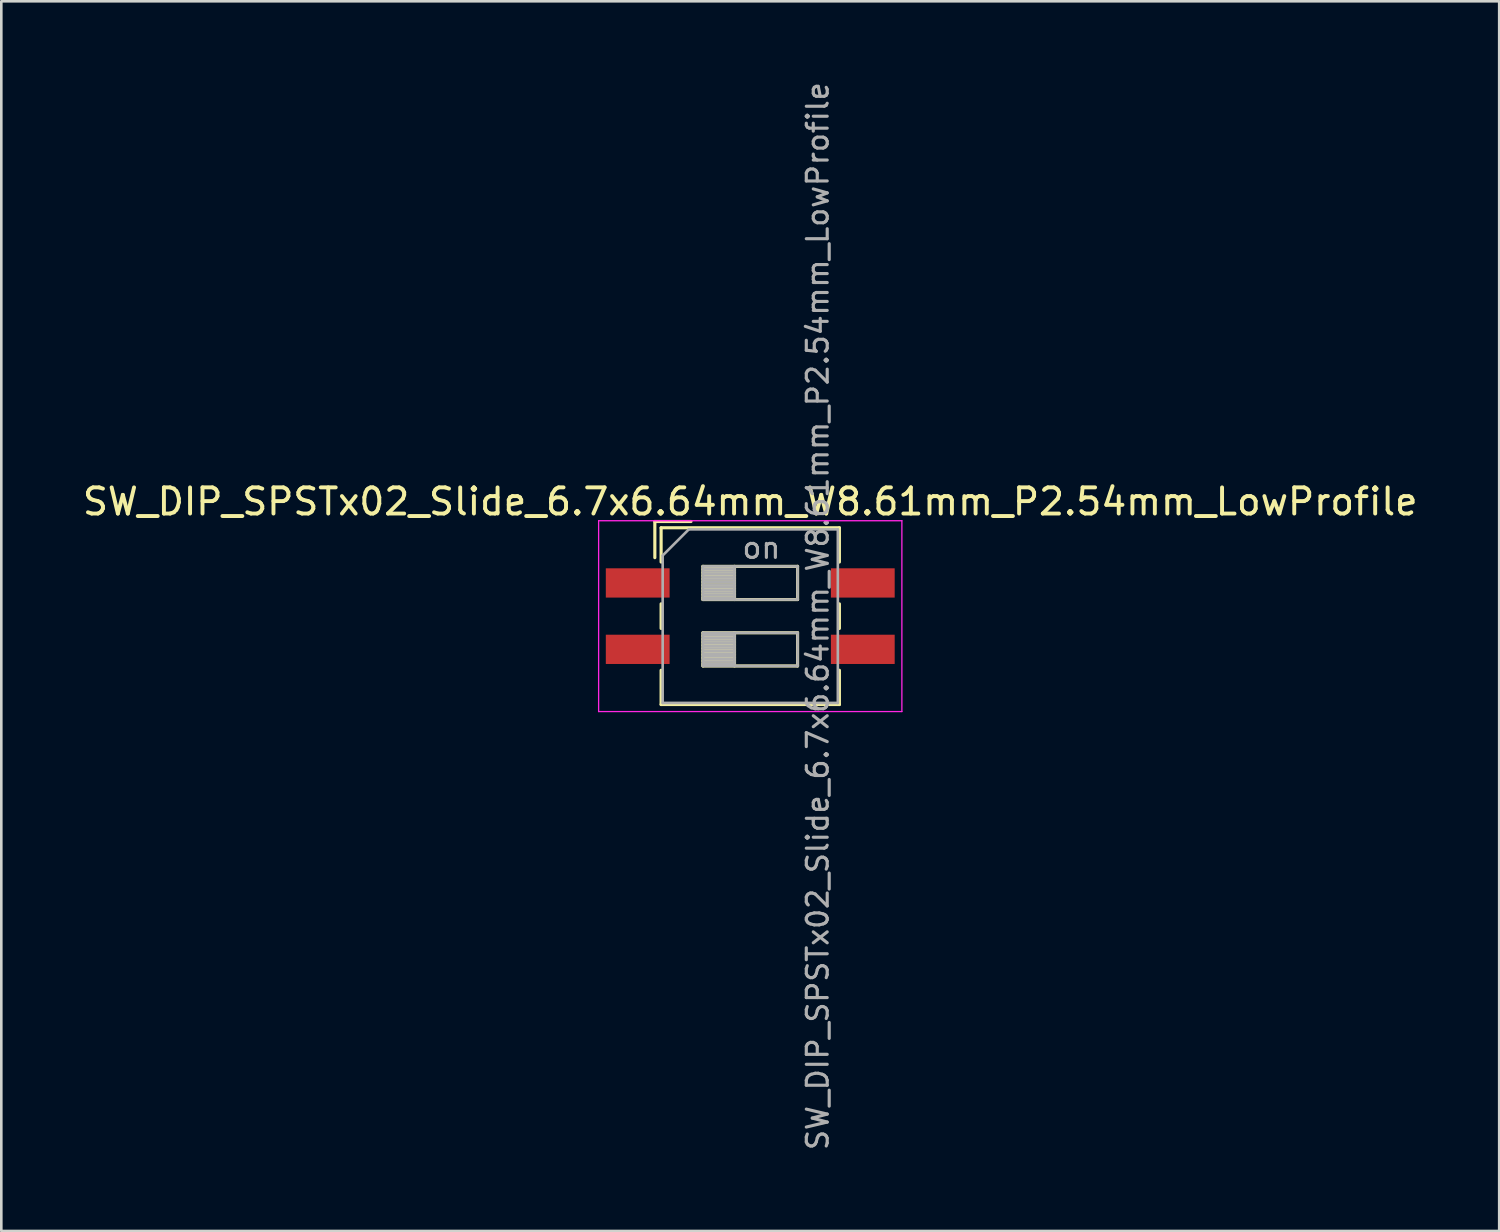
<source format=kicad_pcb>
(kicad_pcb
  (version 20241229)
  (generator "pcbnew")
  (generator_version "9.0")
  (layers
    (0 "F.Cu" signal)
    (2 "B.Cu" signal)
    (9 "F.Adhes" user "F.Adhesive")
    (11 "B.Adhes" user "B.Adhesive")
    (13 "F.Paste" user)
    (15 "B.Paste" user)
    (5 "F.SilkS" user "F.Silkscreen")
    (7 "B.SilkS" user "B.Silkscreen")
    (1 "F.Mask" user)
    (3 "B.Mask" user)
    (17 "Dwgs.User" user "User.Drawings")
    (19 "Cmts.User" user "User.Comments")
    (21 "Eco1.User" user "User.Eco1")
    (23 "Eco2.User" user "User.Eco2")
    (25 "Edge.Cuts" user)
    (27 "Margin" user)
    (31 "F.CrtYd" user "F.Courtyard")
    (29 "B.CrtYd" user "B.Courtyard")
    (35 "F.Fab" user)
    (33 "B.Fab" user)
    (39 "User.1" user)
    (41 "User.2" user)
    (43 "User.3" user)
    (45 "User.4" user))
  (footprint "SW_DIP_SPSTx02_Slide_6.7x6.64mm_W8.61mm_P2.54mm_LowProfile"
    (layer "F.Cu")
    (at 25.649 20.519)
    (property "Reference" "SW_DIP_SPSTx02_Slide_6.7x6.64mm_W8.61mm_P2.54mm_LowProfile" (at 0 -4.38 0) (layer "F.SilkS") (effects (font (size 1 1) (thickness 0.15))))
    (attr smd)
    (fp_line (start -3.65 -3.62) (end -3.65 -2.237) (stroke (width 0.12) (type solid)) (layer "F.SilkS"))
    (fp_line (start -3.65 -3.62) (end -2.267 -3.62) (stroke (width 0.12) (type solid)) (layer "F.SilkS"))
    (fp_line (start -3.41 -3.38) (end -3.41 -2.07) (stroke (width 0.12) (type solid)) (layer "F.SilkS"))
    (fp_line (start -3.41 -3.38) (end 3.41 -3.38) (stroke (width 0.12) (type solid)) (layer "F.SilkS"))
    (fp_line (start -3.41 -0.47) (end -3.41 0.47) (stroke (width 0.12) (type solid)) (layer "F.SilkS"))
    (fp_line (start -3.41 2.07) (end -3.41 3.38) (stroke (width 0.12) (type solid)) (layer "F.SilkS"))
    (fp_line (start -3.41 3.38) (end 3.41 3.38) (stroke (width 0.12) (type solid)) (layer "F.SilkS"))
    (fp_line (start -1.81 -1.905) (end -1.81 -0.635) (stroke (width 0.12) (type solid)) (layer "F.SilkS"))
    (fp_line (start -1.81 -1.785) (end -0.603 -1.785) (stroke (width 0.12) (type solid)) (layer "F.SilkS"))
    (fp_line (start -1.81 -1.665) (end -0.603 -1.665) (stroke (width 0.12) (type solid)) (layer "F.SilkS"))
    (fp_line (start -1.81 -1.545) (end -0.603 -1.545) (stroke (width 0.12) (type solid)) (layer "F.SilkS"))
    (fp_line (start -1.81 -1.425) (end -0.603 -1.425) (stroke (width 0.12) (type solid)) (layer "F.SilkS"))
    (fp_line (start -1.81 -1.305) (end -0.603 -1.305) (stroke (width 0.12) (type solid)) (layer "F.SilkS"))
    (fp_line (start -1.81 -1.185) (end -0.603 -1.185) (stroke (width 0.12) (type solid)) (layer "F.SilkS"))
    (fp_line (start -1.81 -1.065) (end -0.603 -1.065) (stroke (width 0.12) (type solid)) (layer "F.SilkS"))
    (fp_line (start -1.81 -0.945) (end -0.603 -0.945) (stroke (width 0.12) (type solid)) (layer "F.SilkS"))
    (fp_line (start -1.81 -0.825) (end -0.603 -0.825) (stroke (width 0.12) (type solid)) (layer "F.SilkS"))
    (fp_line (start -1.81 -0.705) (end -0.603 -0.705) (stroke (width 0.12) (type solid)) (layer "F.SilkS"))
    (fp_line (start -1.81 -0.635) (end 1.81 -0.635) (stroke (width 0.12) (type solid)) (layer "F.SilkS"))
    (fp_line (start -1.81 0.635) (end -1.81 1.905) (stroke (width 0.12) (type solid)) (layer "F.SilkS"))
    (fp_line (start -1.81 0.755) (end -0.603 0.755) (stroke (width 0.12) (type solid)) (layer "F.SilkS"))
    (fp_line (start -1.81 0.875) (end -0.603 0.875) (stroke (width 0.12) (type solid)) (layer "F.SilkS"))
    (fp_line (start -1.81 0.995) (end -0.603 0.995) (stroke (width 0.12) (type solid)) (layer "F.SilkS"))
    (fp_line (start -1.81 1.115) (end -0.603 1.115) (stroke (width 0.12) (type solid)) (layer "F.SilkS"))
    (fp_line (start -1.81 1.235) (end -0.603 1.235) (stroke (width 0.12) (type solid)) (layer "F.SilkS"))
    (fp_line (start -1.81 1.355) (end -0.603 1.355) (stroke (width 0.12) (type solid)) (layer "F.SilkS"))
    (fp_line (start -1.81 1.475) (end -0.603 1.475) (stroke (width 0.12) (type solid)) (layer "F.SilkS"))
    (fp_line (start -1.81 1.595) (end -0.603 1.595) (stroke (width 0.12) (type solid)) (layer "F.SilkS"))
    (fp_line (start -1.81 1.715) (end -0.603 1.715) (stroke (width 0.12) (type solid)) (layer "F.SilkS"))
    (fp_line (start -1.81 1.835) (end -0.603 1.835) (stroke (width 0.12) (type solid)) (layer "F.SilkS"))
    (fp_line (start -1.81 1.905) (end 1.81 1.905) (stroke (width 0.12) (type solid)) (layer "F.SilkS"))
    (fp_line (start -0.603 -1.905) (end -0.603 -0.635) (stroke (width 0.12) (type solid)) (layer "F.SilkS"))
    (fp_line (start -0.603 0.635) (end -0.603 1.905) (stroke (width 0.12) (type solid)) (layer "F.SilkS"))
    (fp_line (start 1.81 -1.905) (end -1.81 -1.905) (stroke (width 0.12) (type solid)) (layer "F.SilkS"))
    (fp_line (start 1.81 -0.635) (end 1.81 -1.905) (stroke (width 0.12) (type solid)) (layer "F.SilkS"))
    (fp_line (start 1.81 0.635) (end -1.81 0.635) (stroke (width 0.12) (type solid)) (layer "F.SilkS"))
    (fp_line (start 1.81 1.905) (end 1.81 0.635) (stroke (width 0.12) (type solid)) (layer "F.SilkS"))
    (fp_line (start 3.41 -3.38) (end 3.41 -2.07) (stroke (width 0.12) (type solid)) (layer "F.SilkS"))
    (fp_line (start 3.41 -0.47) (end 3.41 0.47) (stroke (width 0.12) (type solid)) (layer "F.SilkS"))
    (fp_line (start 3.41 2.07) (end 3.41 3.38) (stroke (width 0.12) (type solid)) (layer "F.SilkS"))
    (fp_line (start -5.8 -3.65) (end -5.8 3.65) (stroke (width 0.05) (type solid)) (layer "F.CrtYd"))
    (fp_line (start -5.8 3.65) (end 5.8 3.65) (stroke (width 0.05) (type solid)) (layer "F.CrtYd"))
    (fp_line (start 5.8 -3.65) (end -5.8 -3.65) (stroke (width 0.05) (type solid)) (layer "F.CrtYd"))
    (fp_line (start 5.8 3.65) (end 5.8 -3.65) (stroke (width 0.05) (type solid)) (layer "F.CrtYd"))
    (fp_line (start -3.35 -2.32) (end -2.35 -3.32) (stroke (width 0.1) (type solid)) (layer "F.Fab"))
    (fp_line (start -3.35 3.32) (end -3.35 -2.32) (stroke (width 0.1) (type solid)) (layer "F.Fab"))
    (fp_line (start -2.35 -3.32) (end 3.35 -3.32) (stroke (width 0.1) (type solid)) (layer "F.Fab"))
    (fp_line (start -1.81 -1.905) (end -1.81 -0.635) (stroke (width 0.1) (type solid)) (layer "F.Fab"))
    (fp_line (start -1.81 -1.805) (end -0.603 -1.805) (stroke (width 0.1) (type solid)) (layer "F.Fab"))
    (fp_line (start -1.81 -1.705) (end -0.603 -1.705) (stroke (width 0.1) (type solid)) (layer "F.Fab"))
    (fp_line (start -1.81 -1.605) (end -0.603 -1.605) (stroke (width 0.1) (type solid)) (layer "F.Fab"))
    (fp_line (start -1.81 -1.505) (end -0.603 -1.505) (stroke (width 0.1) (type solid)) (layer "F.Fab"))
    (fp_line (start -1.81 -1.405) (end -0.603 -1.405) (stroke (width 0.1) (type solid)) (layer "F.Fab"))
    (fp_line (start -1.81 -1.305) (end -0.603 -1.305) (stroke (width 0.1) (type solid)) (layer "F.Fab"))
    (fp_line (start -1.81 -1.205) (end -0.603 -1.205) (stroke (width 0.1) (type solid)) (layer "F.Fab"))
    (fp_line (start -1.81 -1.105) (end -0.603 -1.105) (stroke (width 0.1) (type solid)) (layer "F.Fab"))
    (fp_line (start -1.81 -1.005) (end -0.603 -1.005) (stroke (width 0.1) (type solid)) (layer "F.Fab"))
    (fp_line (start -1.81 -0.905) (end -0.603 -0.905) (stroke (width 0.1) (type solid)) (layer "F.Fab"))
    (fp_line (start -1.81 -0.805) (end -0.603 -0.805) (stroke (width 0.1) (type solid)) (layer "F.Fab"))
    (fp_line (start -1.81 -0.705) (end -0.603 -0.705) (stroke (width 0.1) (type solid)) (layer "F.Fab"))
    (fp_line (start -1.81 -0.635) (end 1.81 -0.635) (stroke (width 0.1) (type solid)) (layer "F.Fab"))
    (fp_line (start -1.81 0.635) (end -1.81 1.905) (stroke (width 0.1) (type solid)) (layer "F.Fab"))
    (fp_line (start -1.81 0.735) (end -0.603 0.735) (stroke (width 0.1) (type solid)) (layer "F.Fab"))
    (fp_line (start -1.81 0.835) (end -0.603 0.835) (stroke (width 0.1) (type solid)) (layer "F.Fab"))
    (fp_line (start -1.81 0.935) (end -0.603 0.935) (stroke (width 0.1) (type solid)) (layer "F.Fab"))
    (fp_line (start -1.81 1.035) (end -0.603 1.035) (stroke (width 0.1) (type solid)) (layer "F.Fab"))
    (fp_line (start -1.81 1.135) (end -0.603 1.135) (stroke (width 0.1) (type solid)) (layer "F.Fab"))
    (fp_line (start -1.81 1.235) (end -0.603 1.235) (stroke (width 0.1) (type solid)) (layer "F.Fab"))
    (fp_line (start -1.81 1.335) (end -0.603 1.335) (stroke (width 0.1) (type solid)) (layer "F.Fab"))
    (fp_line (start -1.81 1.435) (end -0.603 1.435) (stroke (width 0.1) (type solid)) (layer "F.Fab"))
    (fp_line (start -1.81 1.535) (end -0.603 1.535) (stroke (width 0.1) (type solid)) (layer "F.Fab"))
    (fp_line (start -1.81 1.635) (end -0.603 1.635) (stroke (width 0.1) (type solid)) (layer "F.Fab"))
    (fp_line (start -1.81 1.735) (end -0.603 1.735) (stroke (width 0.1) (type solid)) (layer "F.Fab"))
    (fp_line (start -1.81 1.835) (end -0.603 1.835) (stroke (width 0.1) (type solid)) (layer "F.Fab"))
    (fp_line (start -1.81 1.905) (end 1.81 1.905) (stroke (width 0.1) (type solid)) (layer "F.Fab"))
    (fp_line (start -0.603 -1.905) (end -0.603 -0.635) (stroke (width 0.1) (type solid)) (layer "F.Fab"))
    (fp_line (start -0.603 0.635) (end -0.603 1.905) (stroke (width 0.1) (type solid)) (layer "F.Fab"))
    (fp_line (start 1.81 -1.905) (end -1.81 -1.905) (stroke (width 0.1) (type solid)) (layer "F.Fab"))
    (fp_line (start 1.81 -0.635) (end 1.81 -1.905) (stroke (width 0.1) (type solid)) (layer "F.Fab"))
    (fp_line (start 1.81 0.635) (end -1.81 0.635) (stroke (width 0.1) (type solid)) (layer "F.Fab"))
    (fp_line (start 1.81 1.905) (end 1.81 0.635) (stroke (width 0.1) (type solid)) (layer "F.Fab"))
    (fp_line (start 3.35 -3.32) (end 3.35 3.32) (stroke (width 0.1) (type solid)) (layer "F.Fab"))
    (fp_line (start 3.35 3.32) (end -3.35 3.32) (stroke (width 0.1) (type solid)) (layer "F.Fab"))
    (fp_text user "on" (at 0.427 -2.612 0) (layer "F.Fab") (effects (font (size 0.8 0.8) (thickness 0.12))))
    (fp_text user "${REFERENCE}" (at 2.58 0 90) (layer "F.Fab") (effects (font (size 0.8 0.8) (thickness 0.12))))
    (pad "1" smd rect (at -4.305 -1.27) (size 2.44 1.12) (layers "F.Cu" "F.Mask" "F.Paste"))
    (pad "2" smd rect (at -4.305 1.27) (size 2.44 1.12) (layers "F.Cu" "F.Mask" "F.Paste"))
    (pad "3" smd rect (at 4.305 1.27) (size 2.44 1.12) (layers "F.Cu" "F.Mask" "F.Paste"))
    (pad "4" smd rect (at 4.305 -1.27) (size 2.44 1.12) (layers "F.Cu" "F.Mask" "F.Paste")))
  (gr_rect
    (start -3 -3)
    (end 54.298 44.038)
    (stroke (width 0.1) (type default))
    (fill no)
    (layer "Edge.Cuts")))
</source>
